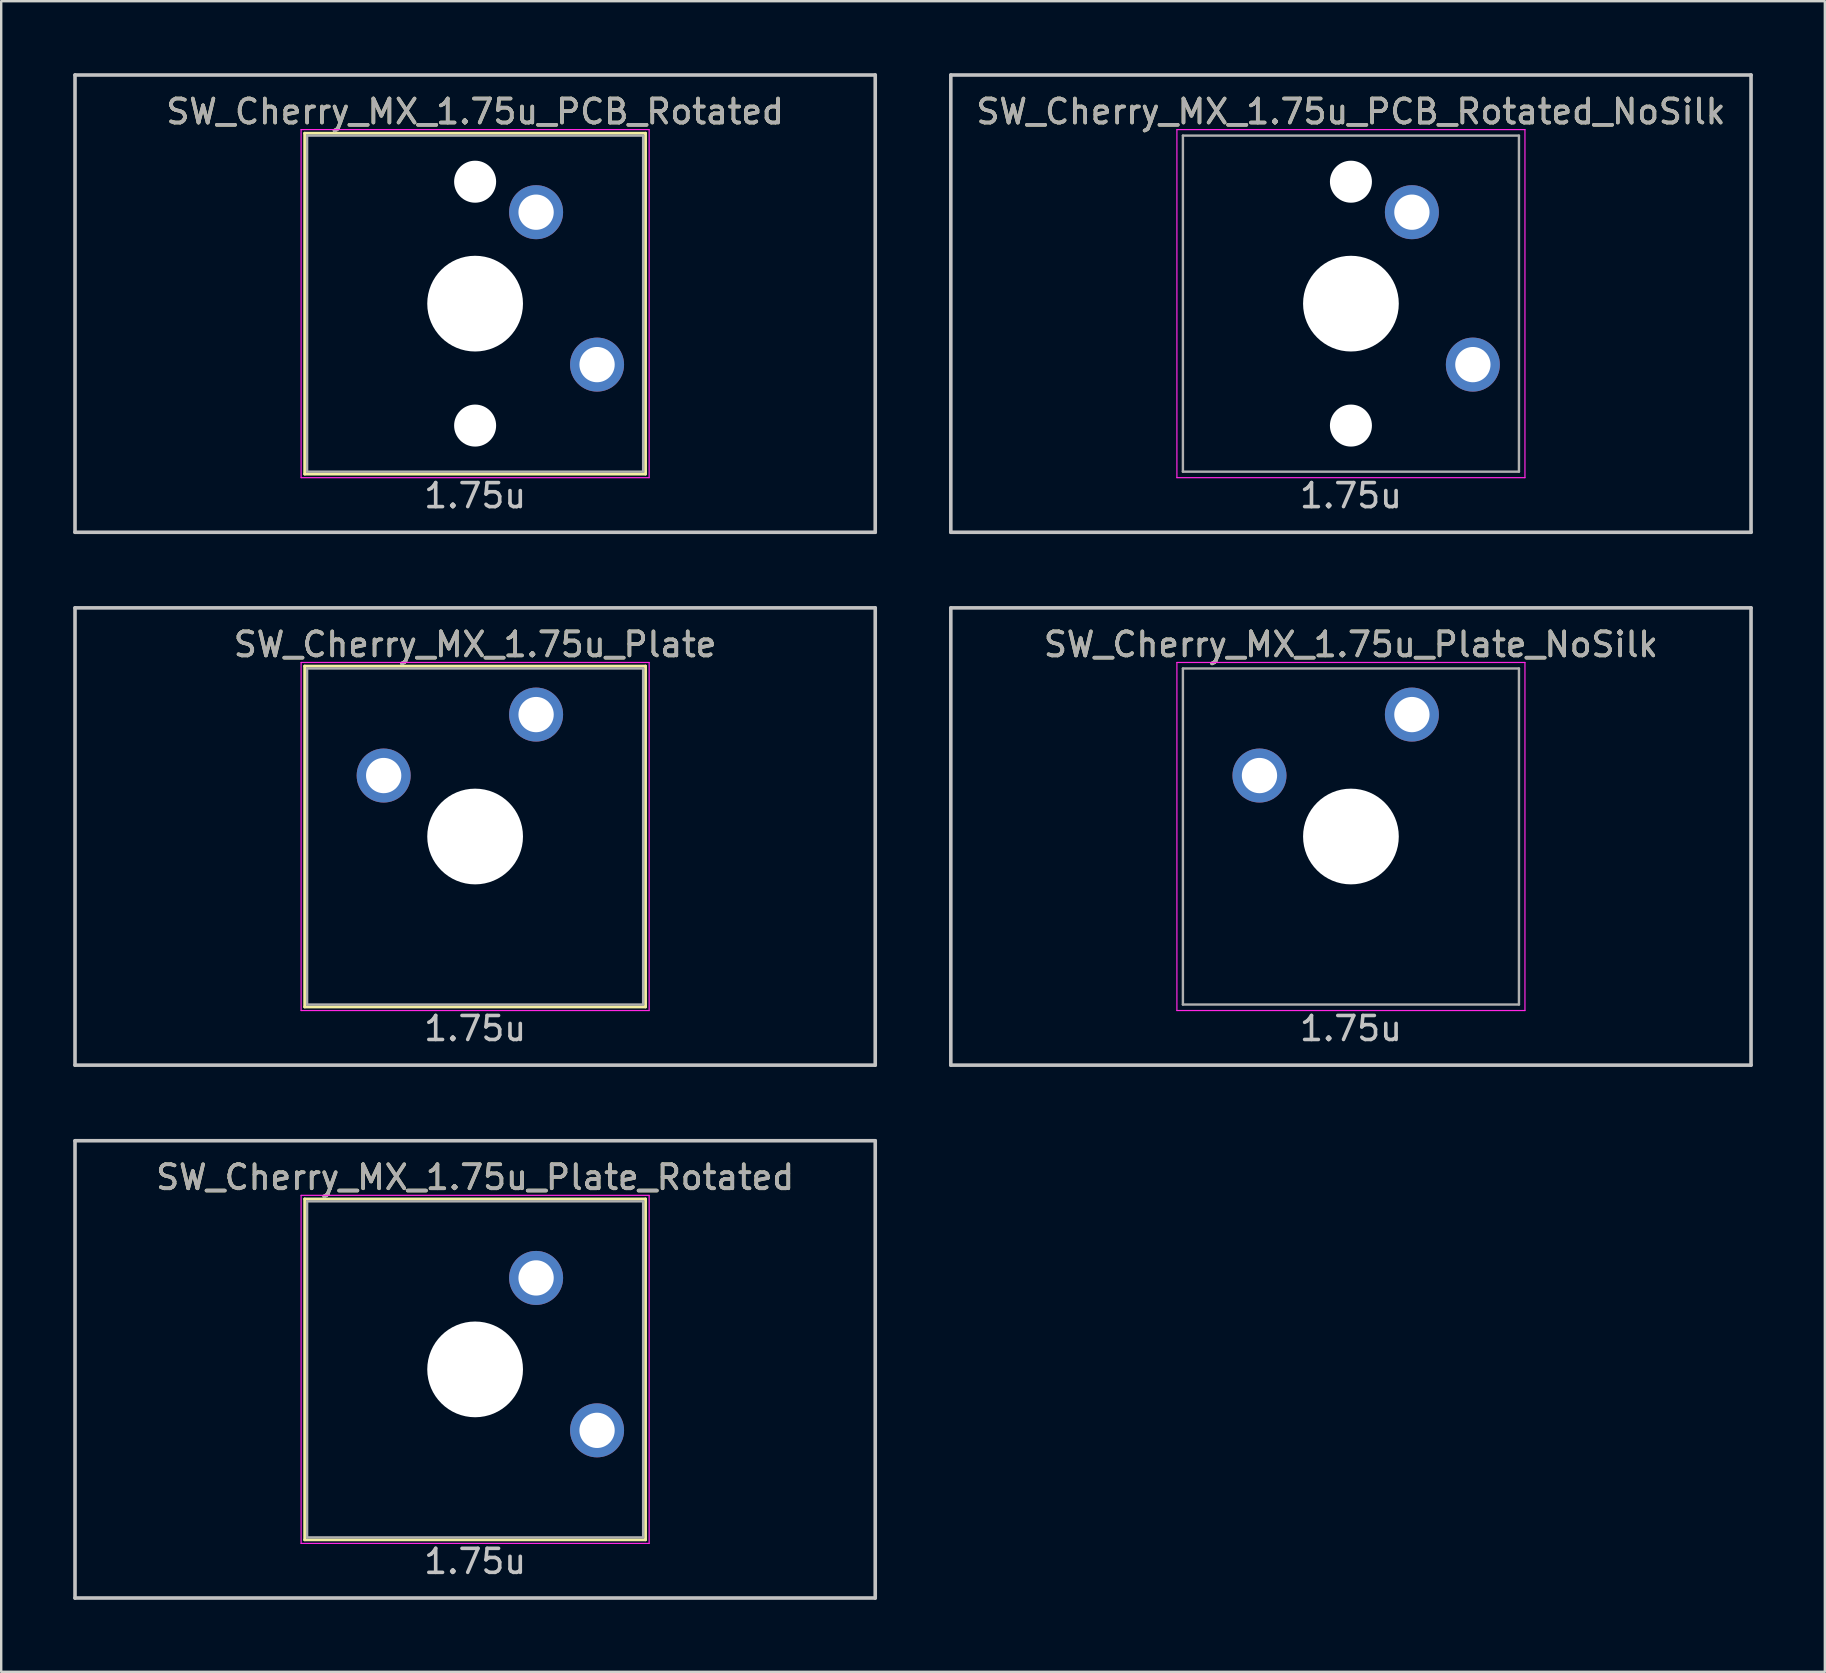
<source format=kicad_pcb>
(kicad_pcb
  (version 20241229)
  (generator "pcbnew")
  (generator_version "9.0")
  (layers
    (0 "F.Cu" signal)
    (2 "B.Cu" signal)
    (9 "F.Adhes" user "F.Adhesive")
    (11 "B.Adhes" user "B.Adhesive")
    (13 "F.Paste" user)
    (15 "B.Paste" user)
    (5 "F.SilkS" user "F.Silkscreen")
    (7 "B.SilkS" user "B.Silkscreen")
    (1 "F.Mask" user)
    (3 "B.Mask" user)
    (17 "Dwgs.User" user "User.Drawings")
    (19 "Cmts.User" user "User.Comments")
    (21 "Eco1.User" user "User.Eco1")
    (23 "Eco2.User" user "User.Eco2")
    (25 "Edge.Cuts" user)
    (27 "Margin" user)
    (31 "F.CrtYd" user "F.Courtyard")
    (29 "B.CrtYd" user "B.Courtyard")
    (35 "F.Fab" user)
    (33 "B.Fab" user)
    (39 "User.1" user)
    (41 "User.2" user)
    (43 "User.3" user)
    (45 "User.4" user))
  (footprint "SW_Cherry_MX_1.75u_Plate_NoSilk"
    (layer "F.Cu")
    (at 53.231 31.8)
    (property "Reference" "SW_Cherry_MX_1.75u_Plate_NoSilk" (at 0 -8 0) (layer "F.SilkS") (effects (font (size 1 1) (thickness 0.15))))
    (attr through_hole)
    (fp_line (start -16.669 -9.525) (end 16.669 -9.525) (stroke (width 0.15) (type solid)) (layer "Dwgs.User"))
    (fp_line (start -16.669 9.525) (end -16.669 -9.525) (stroke (width 0.15) (type solid)) (layer "Dwgs.User"))
    (fp_line (start -16.669 9.525) (end 16.669 9.525) (stroke (width 0.15) (type solid)) (layer "Dwgs.User"))
    (fp_line (start 16.669 -9.525) (end 16.669 9.525) (stroke (width 0.15) (type solid)) (layer "Dwgs.User"))
    (fp_line (start -7.25 -7.25) (end 7.25 -7.25) (stroke (width 0.05) (type solid)) (layer "F.CrtYd"))
    (fp_line (start -7.25 7.25) (end -7.25 -7.25) (stroke (width 0.05) (type solid)) (layer "F.CrtYd"))
    (fp_line (start 7.25 -7.25) (end 7.25 7.25) (stroke (width 0.05) (type solid)) (layer "F.CrtYd"))
    (fp_line (start 7.25 7.25) (end -7.25 7.25) (stroke (width 0.05) (type solid)) (layer "F.CrtYd"))
    (fp_line (start -7 -7) (end 7 -7) (stroke (width 0.1) (type solid)) (layer "F.Fab"))
    (fp_line (start -7 7) (end -7 -7) (stroke (width 0.1) (type solid)) (layer "F.Fab"))
    (fp_line (start 7 -7) (end 7 7) (stroke (width 0.1) (type solid)) (layer "F.Fab"))
    (fp_line (start 7 7) (end -7 7) (stroke (width 0.1) (type solid)) (layer "F.Fab"))
    (fp_text user "1.75u" (at 0 8 0) (layer "Dwgs.User") (effects (font (size 1 1) (thickness 0.15))))
    (fp_text user "${REFERENCE}" (at 0 -8 0) (layer "F.Fab") (effects (font (size 1 1) (thickness 0.15))))
    (pad "" np_thru_hole circle (at 0 0) (size 3.988 3.988) (drill 3.988) (layers "*.Cu" "*.Mask"))
    (pad "1" thru_hole circle (at -3.81 -2.54) (size 2.25 2.25) (drill 1.47) (layers "*.Cu" "B.Mask"))
    (pad "2" thru_hole circle (at 2.54 -5.08) (size 2.25 2.25) (drill 1.47) (layers "*.Cu" "B.Mask")))
  (footprint "SW_Cherry_MX_1.75u_Plate_Rotated"
    (layer "F.Cu")
    (at 16.744 54)
    (property "Reference" "SW_Cherry_MX_1.75u_Plate_Rotated" (at 0 -8 0) (layer "F.SilkS") (effects (font (size 1 1) (thickness 0.15))))
    (attr through_hole)
    (fp_line (start -7.1 -7.1) (end 7.1 -7.1) (stroke (width 0.12) (type solid)) (layer "F.SilkS"))
    (fp_line (start -7.1 7.1) (end -7.1 -7.1) (stroke (width 0.12) (type solid)) (layer "F.SilkS"))
    (fp_line (start 7.1 -7.1) (end 7.1 7.1) (stroke (width 0.12) (type solid)) (layer "F.SilkS"))
    (fp_line (start 7.1 7.1) (end -7.1 7.1) (stroke (width 0.12) (type solid)) (layer "F.SilkS"))
    (fp_line (start -16.669 9.525) (end -16.669 -9.525) (stroke (width 0.15) (type solid)) (layer "Dwgs.User"))
    (fp_line (start 16.669 -9.525) (end -16.669 -9.525) (stroke (width 0.15) (type solid)) (layer "Dwgs.User"))
    (fp_line (start 16.669 -9.525) (end 16.669 9.525) (stroke (width 0.15) (type solid)) (layer "Dwgs.User"))
    (fp_line (start 16.669 9.525) (end -16.669 9.525) (stroke (width 0.15) (type solid)) (layer "Dwgs.User"))
    (fp_line (start -7.25 -7.25) (end 7.25 -7.25) (stroke (width 0.05) (type solid)) (layer "F.CrtYd"))
    (fp_line (start -7.25 7.25) (end -7.25 -7.25) (stroke (width 0.05) (type solid)) (layer "F.CrtYd"))
    (fp_line (start 7.25 -7.25) (end 7.25 7.25) (stroke (width 0.05) (type solid)) (layer "F.CrtYd"))
    (fp_line (start 7.25 7.25) (end -7.25 7.25) (stroke (width 0.05) (type solid)) (layer "F.CrtYd"))
    (fp_line (start -7 -7) (end 7 -7) (stroke (width 0.1) (type solid)) (layer "F.Fab"))
    (fp_line (start -7 7) (end -7 -7) (stroke (width 0.1) (type solid)) (layer "F.Fab"))
    (fp_line (start 7 -7) (end 7 7) (stroke (width 0.1) (type solid)) (layer "F.Fab"))
    (fp_line (start 7 7) (end -7 7) (stroke (width 0.1) (type solid)) (layer "F.Fab"))
    (fp_text user "1.75u" (at 0 8 0) (layer "Dwgs.User") (effects (font (size 1 1) (thickness 0.15))))
    (fp_text user "${REFERENCE}" (at 0 -8 0) (layer "F.Fab") (effects (font (size 1 1) (thickness 0.15))))
    (pad "" np_thru_hole circle (at 0 0 270) (size 3.988 3.988) (drill 3.988) (layers "*.Cu" "*.Mask"))
    (pad "1" thru_hole circle (at 2.54 -3.81 270) (size 2.25 2.25) (drill 1.47) (layers "*.Cu" "B.Mask"))
    (pad "2" thru_hole circle (at 5.08 2.54 270) (size 2.25 2.25) (drill 1.47) (layers "*.Cu" "B.Mask")))
  (footprint "SW_Cherry_MX_1.75u_Plate"
    (layer "F.Cu")
    (at 16.744 31.8)
    (property "Reference" "SW_Cherry_MX_1.75u_Plate" (at 0 -8 0) (layer "F.SilkS") (effects (font (size 1 1) (thickness 0.15))))
    (attr through_hole)
    (fp_line (start -7.1 -7.1) (end 7.1 -7.1) (stroke (width 0.12) (type solid)) (layer "F.SilkS"))
    (fp_line (start -7.1 7.1) (end -7.1 -7.1) (stroke (width 0.12) (type solid)) (layer "F.SilkS"))
    (fp_line (start 7.1 -7.1) (end 7.1 7.1) (stroke (width 0.12) (type solid)) (layer "F.SilkS"))
    (fp_line (start 7.1 7.1) (end -7.1 7.1) (stroke (width 0.12) (type solid)) (layer "F.SilkS"))
    (fp_line (start -16.669 -9.525) (end 16.669 -9.525) (stroke (width 0.15) (type solid)) (layer "Dwgs.User"))
    (fp_line (start -16.669 9.525) (end -16.669 -9.525) (stroke (width 0.15) (type solid)) (layer "Dwgs.User"))
    (fp_line (start -16.669 9.525) (end 16.669 9.525) (stroke (width 0.15) (type solid)) (layer "Dwgs.User"))
    (fp_line (start 16.669 -9.525) (end 16.669 9.525) (stroke (width 0.15) (type solid)) (layer "Dwgs.User"))
    (fp_line (start -7.25 -7.25) (end 7.25 -7.25) (stroke (width 0.05) (type solid)) (layer "F.CrtYd"))
    (fp_line (start -7.25 7.25) (end -7.25 -7.25) (stroke (width 0.05) (type solid)) (layer "F.CrtYd"))
    (fp_line (start 7.25 -7.25) (end 7.25 7.25) (stroke (width 0.05) (type solid)) (layer "F.CrtYd"))
    (fp_line (start 7.25 7.25) (end -7.25 7.25) (stroke (width 0.05) (type solid)) (layer "F.CrtYd"))
    (fp_line (start -7 -7) (end 7 -7) (stroke (width 0.1) (type solid)) (layer "F.Fab"))
    (fp_line (start -7 7) (end -7 -7) (stroke (width 0.1) (type solid)) (layer "F.Fab"))
    (fp_line (start 7 -7) (end 7 7) (stroke (width 0.1) (type solid)) (layer "F.Fab"))
    (fp_line (start 7 7) (end -7 7) (stroke (width 0.1) (type solid)) (layer "F.Fab"))
    (fp_text user "1.75u" (at 0 8 0) (layer "Dwgs.User") (effects (font (size 1 1) (thickness 0.15))))
    (fp_text user "${REFERENCE}" (at 0 -8 0) (layer "F.Fab") (effects (font (size 1 1) (thickness 0.15))))
    (pad "" np_thru_hole circle (at 0 0) (size 3.988 3.988) (drill 3.988) (layers "*.Cu" "*.Mask"))
    (pad "1" thru_hole circle (at -3.81 -2.54) (size 2.25 2.25) (drill 1.47) (layers "*.Cu" "B.Mask"))
    (pad "2" thru_hole circle (at 2.54 -5.08) (size 2.25 2.25) (drill 1.47) (layers "*.Cu" "B.Mask")))
  (footprint "SW_Cherry_MX_1.75u_PCB_Rotated"
    (layer "F.Cu")
    (at 16.744 9.6)
    (property "Reference" "SW_Cherry_MX_1.75u_PCB_Rotated" (at 0 -8 0) (layer "F.SilkS") (effects (font (size 1 1) (thickness 0.15))))
    (attr through_hole)
    (fp_line (start -7.1 -7.1) (end 7.1 -7.1) (stroke (width 0.12) (type solid)) (layer "F.SilkS"))
    (fp_line (start -7.1 7.1) (end -7.1 -7.1) (stroke (width 0.12) (type solid)) (layer "F.SilkS"))
    (fp_line (start 7.1 -7.1) (end 7.1 7.1) (stroke (width 0.12) (type solid)) (layer "F.SilkS"))
    (fp_line (start 7.1 7.1) (end -7.1 7.1) (stroke (width 0.12) (type solid)) (layer "F.SilkS"))
    (fp_line (start -16.669 9.525) (end -16.669 -9.525) (stroke (width 0.15) (type solid)) (layer "Dwgs.User"))
    (fp_line (start 16.669 -9.525) (end -16.669 -9.525) (stroke (width 0.15) (type solid)) (layer "Dwgs.User"))
    (fp_line (start 16.669 -9.525) (end 16.669 9.525) (stroke (width 0.15) (type solid)) (layer "Dwgs.User"))
    (fp_line (start 16.669 9.525) (end -16.669 9.525) (stroke (width 0.15) (type solid)) (layer "Dwgs.User"))
    (fp_line (start -7.25 -7.25) (end 7.25 -7.25) (stroke (width 0.05) (type solid)) (layer "F.CrtYd"))
    (fp_line (start -7.25 7.25) (end -7.25 -7.25) (stroke (width 0.05) (type solid)) (layer "F.CrtYd"))
    (fp_line (start 7.25 -7.25) (end 7.25 7.25) (stroke (width 0.05) (type solid)) (layer "F.CrtYd"))
    (fp_line (start 7.25 7.25) (end -7.25 7.25) (stroke (width 0.05) (type solid)) (layer "F.CrtYd"))
    (fp_line (start -7 -7) (end 7 -7) (stroke (width 0.1) (type solid)) (layer "F.Fab"))
    (fp_line (start -7 7) (end -7 -7) (stroke (width 0.1) (type solid)) (layer "F.Fab"))
    (fp_line (start 7 -7) (end 7 7) (stroke (width 0.1) (type solid)) (layer "F.Fab"))
    (fp_line (start 7 7) (end -7 7) (stroke (width 0.1) (type solid)) (layer "F.Fab"))
    (fp_text user "1.75u" (at 0 8 0) (layer "Dwgs.User") (effects (font (size 1 1) (thickness 0.15))))
    (fp_text user "${REFERENCE}" (at 0 -8 0) (layer "F.Fab") (effects (font (size 1 1) (thickness 0.15))))
    (pad "" np_thru_hole circle (at 0 -5.08 318.1) (size 1.75 1.75) (drill 1.75) (layers "*.Cu" "*.Mask"))
    (pad "" np_thru_hole circle (at 0 0 270) (size 3.988 3.988) (drill 3.988) (layers "*.Cu" "*.Mask"))
    (pad "" np_thru_hole circle (at 0 5.08 318.1) (size 1.75 1.75) (drill 1.75) (layers "*.Cu" "*.Mask"))
    (pad "1" thru_hole circle (at 2.54 -3.81 270) (size 2.25 2.25) (drill 1.47) (layers "*.Cu" "B.Mask"))
    (pad "2" thru_hole circle (at 5.08 2.54 270) (size 2.25 2.25) (drill 1.47) (layers "*.Cu" "B.Mask")))
  (footprint "SW_Cherry_MX_1.75u_PCB_Rotated_NoSilk"
    (layer "F.Cu")
    (at 53.231 9.6)
    (property "Reference" "SW_Cherry_MX_1.75u_PCB_Rotated_NoSilk" (at 0 -8 0) (layer "F.SilkS") (effects (font (size 1 1) (thickness 0.15))))
    (attr through_hole)
    (fp_line (start -16.669 9.525) (end -16.669 -9.525) (stroke (width 0.15) (type solid)) (layer "Dwgs.User"))
    (fp_line (start 16.669 -9.525) (end -16.669 -9.525) (stroke (width 0.15) (type solid)) (layer "Dwgs.User"))
    (fp_line (start 16.669 -9.525) (end 16.669 9.525) (stroke (width 0.15) (type solid)) (layer "Dwgs.User"))
    (fp_line (start 16.669 9.525) (end -16.669 9.525) (stroke (width 0.15) (type solid)) (layer "Dwgs.User"))
    (fp_line (start -7.25 -7.25) (end 7.25 -7.25) (stroke (width 0.05) (type solid)) (layer "F.CrtYd"))
    (fp_line (start -7.25 7.25) (end -7.25 -7.25) (stroke (width 0.05) (type solid)) (layer "F.CrtYd"))
    (fp_line (start 7.25 -7.25) (end 7.25 7.25) (stroke (width 0.05) (type solid)) (layer "F.CrtYd"))
    (fp_line (start 7.25 7.25) (end -7.25 7.25) (stroke (width 0.05) (type solid)) (layer "F.CrtYd"))
    (fp_line (start -7 -7) (end 7 -7) (stroke (width 0.1) (type solid)) (layer "F.Fab"))
    (fp_line (start -7 7) (end -7 -7) (stroke (width 0.1) (type solid)) (layer "F.Fab"))
    (fp_line (start 7 -7) (end 7 7) (stroke (width 0.1) (type solid)) (layer "F.Fab"))
    (fp_line (start 7 7) (end -7 7) (stroke (width 0.1) (type solid)) (layer "F.Fab"))
    (fp_text user "1.75u" (at 0 8 0) (layer "Dwgs.User") (effects (font (size 1 1) (thickness 0.15))))
    (fp_text user "${REFERENCE}" (at 0 -8 0) (layer "F.Fab") (effects (font (size 1 1) (thickness 0.15))))
    (pad "" np_thru_hole circle (at 0 -5.08 318.1) (size 1.75 1.75) (drill 1.75) (layers "*.Cu" "*.Mask"))
    (pad "" np_thru_hole circle (at 0 0 270) (size 3.988 3.988) (drill 3.988) (layers "*.Cu" "*.Mask"))
    (pad "" np_thru_hole circle (at 0 5.08 318.1) (size 1.75 1.75) (drill 1.75) (layers "*.Cu" "*.Mask"))
    (pad "1" thru_hole circle (at 2.54 -3.81 270) (size 2.25 2.25) (drill 1.47) (layers "*.Cu" "B.Mask"))
    (pad "2" thru_hole circle (at 5.08 2.54 270) (size 2.25 2.25) (drill 1.47) (layers "*.Cu" "B.Mask")))
  (gr_rect
    (start -3 -3)
    (end 72.975 66.6)
    (stroke (width 0.1) (type default))
    (fill no)
    (layer "Edge.Cuts")))
</source>
